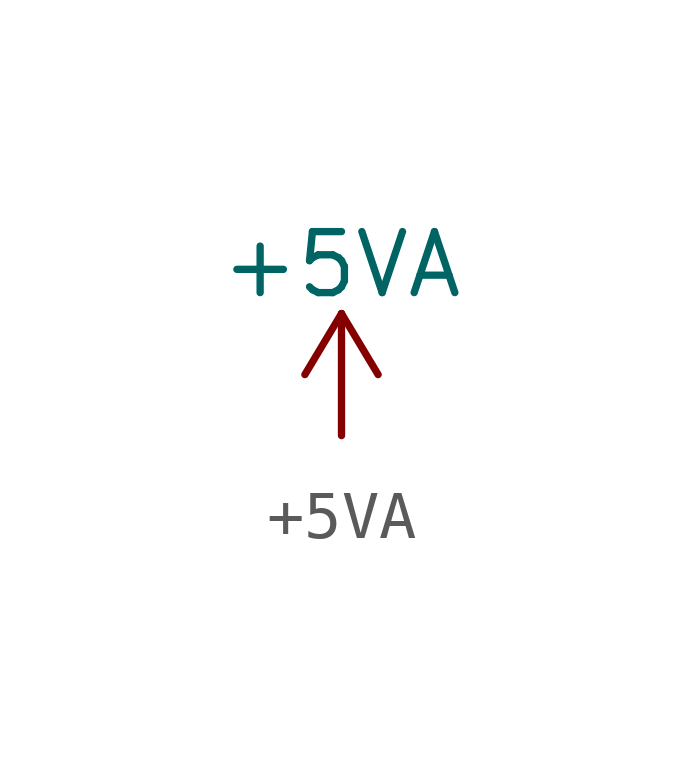
<source format=kicad_sym>
(kicad_symbol_lib
  (version 20220914)
  (generator kicad_symbol_editor)
  (symbol "+5VA"
    (power)
    (pin_names
      (offset 0))
    (property "Reference" "#PWR"
      (at 0 -3.81 0)
      (effects (font (size 1.27 1.27)) hide))
    (property "Value" "+5VA"
      (at 0 3.556 0)
      (effects (font (size 1.27 1.27))))
    (symbol "+5VA_0_1"
      (polyline (pts (xy -0.762 1.27) (xy 0 2.54)) (stroke (width 0) (type solid)) (fill (type none)))
      (polyline (pts (xy 0 0) (xy 0 2.54)) (stroke (width 0) (type solid)) (fill (type none)))
      (polyline (pts (xy 0 2.54) (xy 0.762 1.27)) (stroke (width 0) (type solid)) (fill (type none))))
    (symbol "+5VA_1_1"
      (pin power_in line (at 0 0 90) (length 0) hide (name "+5VA" (effects (font (size 1.27 1.27)))) (number "1" (effects (font (size 1.27 1.27))))))))
</source>
